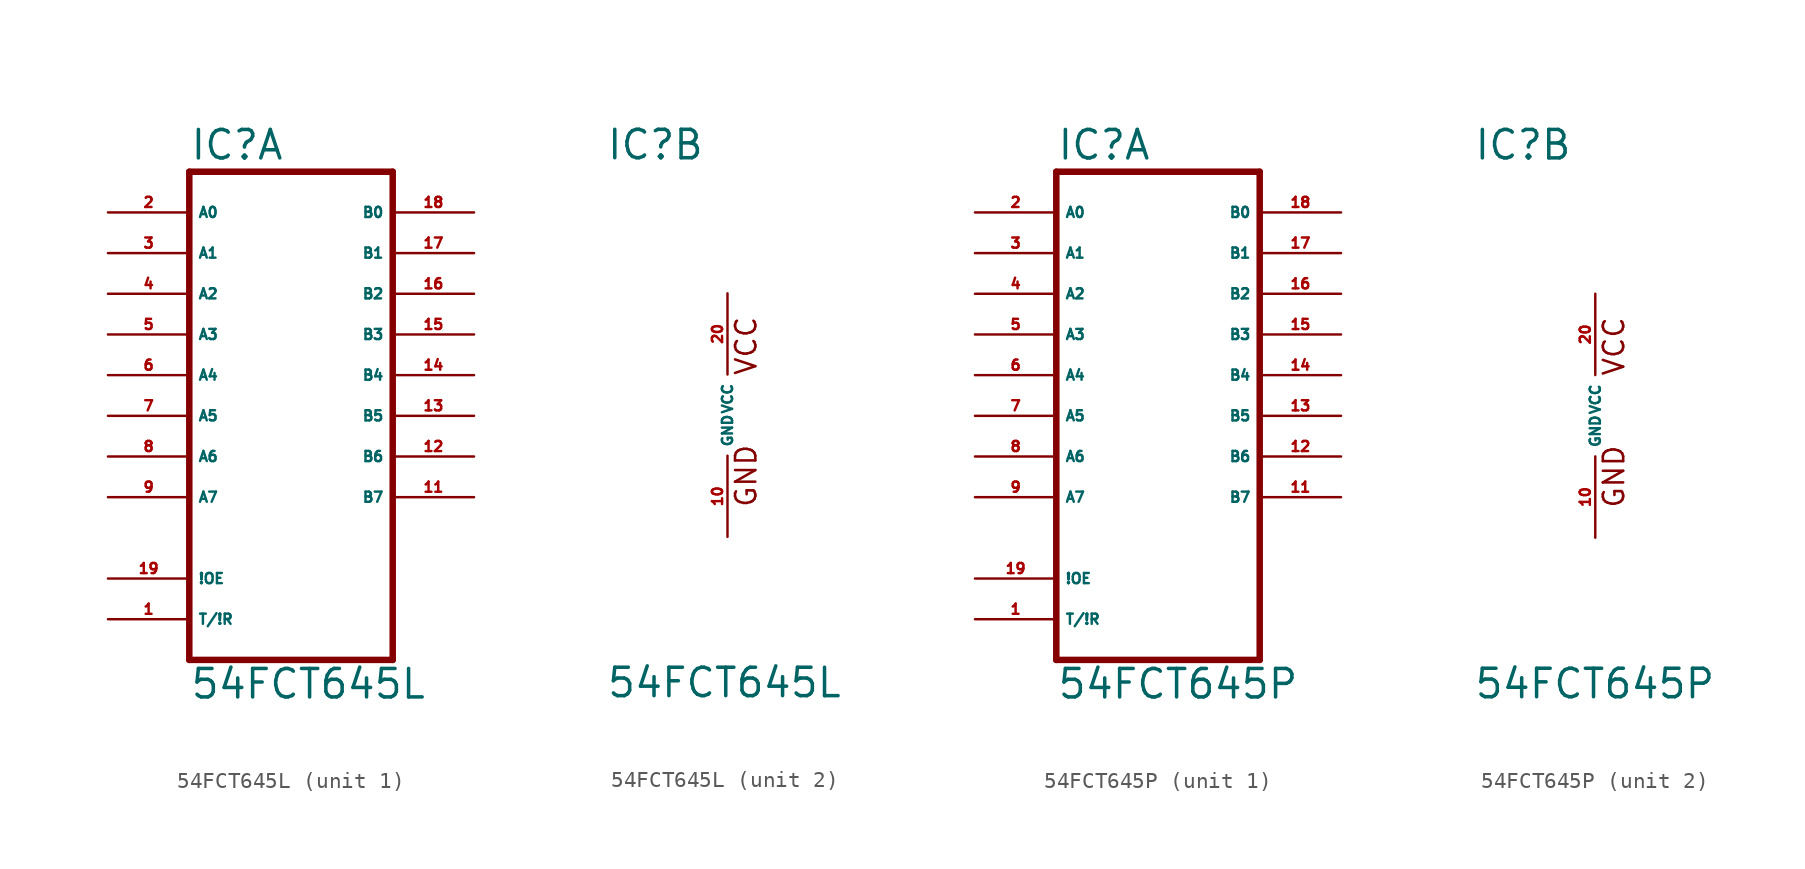
<source format=kicad_sym>
(kicad_symbol_lib
  (version 20220914)
  (generator Eagle2Kicad)
  (symbol "54FCT645L"
    (property "Reference" "IC"
      (at -7.62 15.875 0)
      (effects (font (size 1.778 1.778) (thickness 0.22)) (justify left bottom)))
    (property "Value" "54FCT645L"
      (at -7.62 -17.78 0)
      (effects (font (size 1.778 1.778) (thickness 0.22)) (justify left bottom)))
    (symbol "54FCT645L_1_0"
      (polyline (pts (xy -7.62 -15.24) (xy 5.08 -15.24)) (stroke (width 0.406) (type default)) (fill (type none)))
      (polyline (pts (xy 5.08 -15.24) (xy 5.08 15.24)) (stroke (width 0.406) (type default)) (fill (type none)))
      (polyline (pts (xy 5.08 15.24) (xy -7.62 15.24)) (stroke (width 0.406) (type default)) (fill (type none)))
      (polyline (pts (xy -7.62 15.24) (xy -7.62 -15.24)) (stroke (width 0.406) (type default)) (fill (type none)))
      (pin bidirectional line (at -12.7 12.7 0) (length 5.08) (name "A0" (effects (font (size 0.635 0.635) (thickness 0.08)) (justify left bottom))) (number "2" (effects (font (size 0.635 0.635) (thickness 0.08)) (justify left bottom))))
      (pin bidirectional line (at -12.7 10.16 0) (length 5.08) (name "A1" (effects (font (size 0.635 0.635) (thickness 0.08)) (justify left bottom))) (number "3" (effects (font (size 0.635 0.635) (thickness 0.08)) (justify left bottom))))
      (pin bidirectional line (at -12.7 7.62 0) (length 5.08) (name "A2" (effects (font (size 0.635 0.635) (thickness 0.08)) (justify left bottom))) (number "4" (effects (font (size 0.635 0.635) (thickness 0.08)) (justify left bottom))))
      (pin bidirectional line (at -12.7 5.08 0) (length 5.08) (name "A3" (effects (font (size 0.635 0.635) (thickness 0.08)) (justify left bottom))) (number "5" (effects (font (size 0.635 0.635) (thickness 0.08)) (justify left bottom))))
      (pin bidirectional line (at -12.7 2.54 0) (length 5.08) (name "A4" (effects (font (size 0.635 0.635) (thickness 0.08)) (justify left bottom))) (number "6" (effects (font (size 0.635 0.635) (thickness 0.08)) (justify left bottom))))
      (pin bidirectional line (at -12.7 0 0) (length 5.08) (name "A5" (effects (font (size 0.635 0.635) (thickness 0.08)) (justify left bottom))) (number "7" (effects (font (size 0.635 0.635) (thickness 0.08)) (justify left bottom))))
      (pin bidirectional line (at -12.7 -2.54 0) (length 5.08) (name "A6" (effects (font (size 0.635 0.635) (thickness 0.08)) (justify left bottom))) (number "8" (effects (font (size 0.635 0.635) (thickness 0.08)) (justify left bottom))))
      (pin bidirectional line (at -12.7 -5.08 0) (length 5.08) (name "A7" (effects (font (size 0.635 0.635) (thickness 0.08)) (justify left bottom))) (number "9" (effects (font (size 0.635 0.635) (thickness 0.08)) (justify left bottom))))
      (pin bidirectional line (at 10.16 12.7 180) (length 5.08) (name "B0" (effects (font (size 0.635 0.635) (thickness 0.08)) (justify left bottom))) (number "18" (effects (font (size 0.635 0.635) (thickness 0.08)) (justify left bottom))))
      (pin bidirectional line (at 10.16 10.16 180) (length 5.08) (name "B1" (effects (font (size 0.635 0.635) (thickness 0.08)) (justify left bottom))) (number "17" (effects (font (size 0.635 0.635) (thickness 0.08)) (justify left bottom))))
      (pin bidirectional line (at 10.16 7.62 180) (length 5.08) (name "B2" (effects (font (size 0.635 0.635) (thickness 0.08)) (justify left bottom))) (number "16" (effects (font (size 0.635 0.635) (thickness 0.08)) (justify left bottom))))
      (pin bidirectional line (at 10.16 5.08 180) (length 5.08) (name "B3" (effects (font (size 0.635 0.635) (thickness 0.08)) (justify left bottom))) (number "15" (effects (font (size 0.635 0.635) (thickness 0.08)) (justify left bottom))))
      (pin bidirectional line (at 10.16 2.54 180) (length 5.08) (name "B4" (effects (font (size 0.635 0.635) (thickness 0.08)) (justify left bottom))) (number "14" (effects (font (size 0.635 0.635) (thickness 0.08)) (justify left bottom))))
      (pin bidirectional line (at 10.16 0 180) (length 5.08) (name "B5" (effects (font (size 0.635 0.635) (thickness 0.08)) (justify left bottom))) (number "13" (effects (font (size 0.635 0.635) (thickness 0.08)) (justify left bottom))))
      (pin bidirectional line (at 10.16 -2.54 180) (length 5.08) (name "B6" (effects (font (size 0.635 0.635) (thickness 0.08)) (justify left bottom))) (number "12" (effects (font (size 0.635 0.635) (thickness 0.08)) (justify left bottom))))
      (pin bidirectional line (at 10.16 -5.08 180) (length 5.08) (name "B7" (effects (font (size 0.635 0.635) (thickness 0.08)) (justify left bottom))) (number "11" (effects (font (size 0.635 0.635) (thickness 0.08)) (justify left bottom))))
      (pin input line (at -12.7 -10.16 0) (length 5.08) (name "!OE" (effects (font (size 0.635 0.635) (thickness 0.08)) (justify left bottom))) (number "19" (effects (font (size 0.635 0.635) (thickness 0.08)) (justify left bottom))))
      (pin input line (at -12.7 -12.7 0) (length 5.08) (name "T/!R" (effects (font (size 0.635 0.635) (thickness 0.08)) (justify left bottom))) (number "1" (effects (font (size 0.635 0.635) (thickness 0.08)) (justify left bottom)))))
    (symbol "54FCT645L_2_0"
      (text "GND" (at 1.905 -5.842 900) (effects (font (size 1.27 1.27) (thickness 0.16)) (justify left bottom)))
      (text "VCC" (at 1.905 2.413 900) (effects (font (size 1.27 1.27) (thickness 0.16)) (justify left bottom)))
      (pin unspecified line (at 0 7.62 270) (length 5.08) (name "VCC" (effects (font (size 0.635 0.635) (thickness 0.08)) (justify left bottom))) (number "20" (effects (font (size 0.635 0.635) (thickness 0.08)) (justify left bottom))))
      (pin unspecified line (at 0 -7.62 90) (length 5.08) (name "GND" (effects (font (size 0.635 0.635) (thickness 0.08)) (justify left bottom))) (number "10" (effects (font (size 0.635 0.635) (thickness 0.08)) (justify left bottom))))))
  (symbol "54FCT645P"
    (property "Reference" "IC"
      (at -7.62 15.875 0)
      (effects (font (size 1.778 1.778) (thickness 0.22)) (justify left bottom)))
    (property "Value" "54FCT645P"
      (at -7.62 -17.78 0)
      (effects (font (size 1.778 1.778) (thickness 0.22)) (justify left bottom)))
    (symbol "54FCT645P_1_0"
      (polyline (pts (xy -7.62 -15.24) (xy 5.08 -15.24)) (stroke (width 0.406) (type default)) (fill (type none)))
      (polyline (pts (xy 5.08 -15.24) (xy 5.08 15.24)) (stroke (width 0.406) (type default)) (fill (type none)))
      (polyline (pts (xy 5.08 15.24) (xy -7.62 15.24)) (stroke (width 0.406) (type default)) (fill (type none)))
      (polyline (pts (xy -7.62 15.24) (xy -7.62 -15.24)) (stroke (width 0.406) (type default)) (fill (type none)))
      (pin bidirectional line (at -12.7 12.7 0) (length 5.08) (name "A0" (effects (font (size 0.635 0.635) (thickness 0.08)) (justify left bottom))) (number "2" (effects (font (size 0.635 0.635) (thickness 0.08)) (justify left bottom))))
      (pin bidirectional line (at -12.7 10.16 0) (length 5.08) (name "A1" (effects (font (size 0.635 0.635) (thickness 0.08)) (justify left bottom))) (number "3" (effects (font (size 0.635 0.635) (thickness 0.08)) (justify left bottom))))
      (pin bidirectional line (at -12.7 7.62 0) (length 5.08) (name "A2" (effects (font (size 0.635 0.635) (thickness 0.08)) (justify left bottom))) (number "4" (effects (font (size 0.635 0.635) (thickness 0.08)) (justify left bottom))))
      (pin bidirectional line (at -12.7 5.08 0) (length 5.08) (name "A3" (effects (font (size 0.635 0.635) (thickness 0.08)) (justify left bottom))) (number "5" (effects (font (size 0.635 0.635) (thickness 0.08)) (justify left bottom))))
      (pin bidirectional line (at -12.7 2.54 0) (length 5.08) (name "A4" (effects (font (size 0.635 0.635) (thickness 0.08)) (justify left bottom))) (number "6" (effects (font (size 0.635 0.635) (thickness 0.08)) (justify left bottom))))
      (pin bidirectional line (at -12.7 0 0) (length 5.08) (name "A5" (effects (font (size 0.635 0.635) (thickness 0.08)) (justify left bottom))) (number "7" (effects (font (size 0.635 0.635) (thickness 0.08)) (justify left bottom))))
      (pin bidirectional line (at -12.7 -2.54 0) (length 5.08) (name "A6" (effects (font (size 0.635 0.635) (thickness 0.08)) (justify left bottom))) (number "8" (effects (font (size 0.635 0.635) (thickness 0.08)) (justify left bottom))))
      (pin bidirectional line (at -12.7 -5.08 0) (length 5.08) (name "A7" (effects (font (size 0.635 0.635) (thickness 0.08)) (justify left bottom))) (number "9" (effects (font (size 0.635 0.635) (thickness 0.08)) (justify left bottom))))
      (pin bidirectional line (at 10.16 12.7 180) (length 5.08) (name "B0" (effects (font (size 0.635 0.635) (thickness 0.08)) (justify left bottom))) (number "18" (effects (font (size 0.635 0.635) (thickness 0.08)) (justify left bottom))))
      (pin bidirectional line (at 10.16 10.16 180) (length 5.08) (name "B1" (effects (font (size 0.635 0.635) (thickness 0.08)) (justify left bottom))) (number "17" (effects (font (size 0.635 0.635) (thickness 0.08)) (justify left bottom))))
      (pin bidirectional line (at 10.16 7.62 180) (length 5.08) (name "B2" (effects (font (size 0.635 0.635) (thickness 0.08)) (justify left bottom))) (number "16" (effects (font (size 0.635 0.635) (thickness 0.08)) (justify left bottom))))
      (pin bidirectional line (at 10.16 5.08 180) (length 5.08) (name "B3" (effects (font (size 0.635 0.635) (thickness 0.08)) (justify left bottom))) (number "15" (effects (font (size 0.635 0.635) (thickness 0.08)) (justify left bottom))))
      (pin bidirectional line (at 10.16 2.54 180) (length 5.08) (name "B4" (effects (font (size 0.635 0.635) (thickness 0.08)) (justify left bottom))) (number "14" (effects (font (size 0.635 0.635) (thickness 0.08)) (justify left bottom))))
      (pin bidirectional line (at 10.16 0 180) (length 5.08) (name "B5" (effects (font (size 0.635 0.635) (thickness 0.08)) (justify left bottom))) (number "13" (effects (font (size 0.635 0.635) (thickness 0.08)) (justify left bottom))))
      (pin bidirectional line (at 10.16 -2.54 180) (length 5.08) (name "B6" (effects (font (size 0.635 0.635) (thickness 0.08)) (justify left bottom))) (number "12" (effects (font (size 0.635 0.635) (thickness 0.08)) (justify left bottom))))
      (pin bidirectional line (at 10.16 -5.08 180) (length 5.08) (name "B7" (effects (font (size 0.635 0.635) (thickness 0.08)) (justify left bottom))) (number "11" (effects (font (size 0.635 0.635) (thickness 0.08)) (justify left bottom))))
      (pin input line (at -12.7 -10.16 0) (length 5.08) (name "!OE" (effects (font (size 0.635 0.635) (thickness 0.08)) (justify left bottom))) (number "19" (effects (font (size 0.635 0.635) (thickness 0.08)) (justify left bottom))))
      (pin input line (at -12.7 -12.7 0) (length 5.08) (name "T/!R" (effects (font (size 0.635 0.635) (thickness 0.08)) (justify left bottom))) (number "1" (effects (font (size 0.635 0.635) (thickness 0.08)) (justify left bottom)))))
    (symbol "54FCT645P_2_0"
      (text "GND" (at 1.905 -5.842 900) (effects (font (size 1.27 1.27) (thickness 0.16)) (justify left bottom)))
      (text "VCC" (at 1.905 2.413 900) (effects (font (size 1.27 1.27) (thickness 0.16)) (justify left bottom)))
      (pin unspecified line (at 0 7.62 270) (length 5.08) (name "VCC" (effects (font (size 0.635 0.635) (thickness 0.08)) (justify left bottom))) (number "20" (effects (font (size 0.635 0.635) (thickness 0.08)) (justify left bottom))))
      (pin unspecified line (at 0 -7.62 90) (length 5.08) (name "GND" (effects (font (size 0.635 0.635) (thickness 0.08)) (justify left bottom))) (number "10" (effects (font (size 0.635 0.635) (thickness 0.08)) (justify left bottom)))))))
</source>
